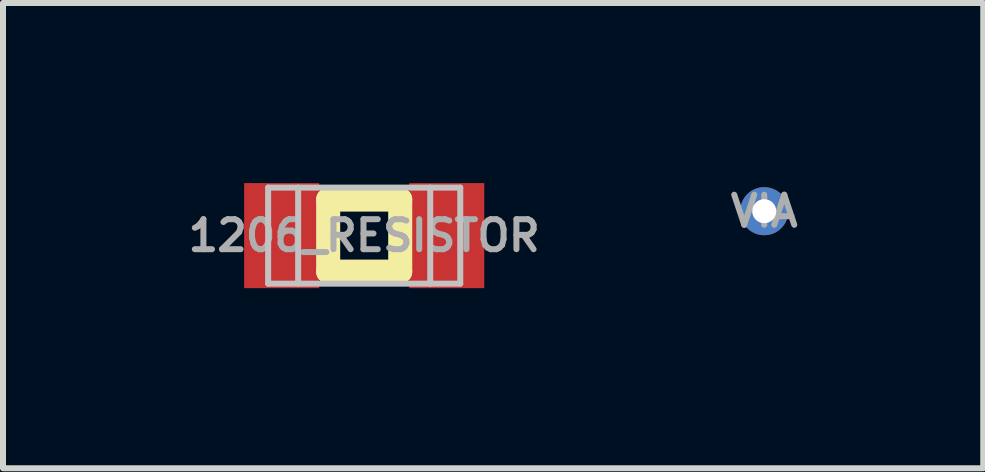
<source format=kicad_pcb>
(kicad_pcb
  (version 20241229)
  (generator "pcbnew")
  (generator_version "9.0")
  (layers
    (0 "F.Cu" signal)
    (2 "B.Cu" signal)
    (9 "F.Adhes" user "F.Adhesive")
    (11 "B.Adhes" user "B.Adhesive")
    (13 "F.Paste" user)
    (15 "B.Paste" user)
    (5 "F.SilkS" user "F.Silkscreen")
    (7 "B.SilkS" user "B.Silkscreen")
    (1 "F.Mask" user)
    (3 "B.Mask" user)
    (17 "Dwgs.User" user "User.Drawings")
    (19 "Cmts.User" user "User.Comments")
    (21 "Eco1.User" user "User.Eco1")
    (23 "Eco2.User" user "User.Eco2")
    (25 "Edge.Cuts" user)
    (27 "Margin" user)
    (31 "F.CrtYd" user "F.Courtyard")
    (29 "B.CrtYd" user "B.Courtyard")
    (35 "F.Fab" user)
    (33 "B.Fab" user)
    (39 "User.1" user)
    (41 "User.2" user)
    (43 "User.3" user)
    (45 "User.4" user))
  (footprint "1206_RESISTOR"
    (layer "F.Cu")
    (at 3.017 0.875)
    (property "Reference" "1206_RESISTOR" (at 0 0 0) (layer "F.Fab") (effects (font (size 0.5 0.5) (thickness 0.1))))
    (attr smd)
    (fp_line (start -0.6 -0.6) (end -0.6 0.6) (stroke (width 0.4) (type solid)) (layer "F.SilkS"))
    (fp_line (start -0.6 -0.6) (end 0.6 -0.6) (stroke (width 0.4) (type solid)) (layer "F.SilkS"))
    (fp_line (start -0.6 0.6) (end 0.6 0.6) (stroke (width 0.4) (type solid)) (layer "F.SilkS"))
    (fp_line (start 0.6 -0.6) (end 0.6 0.6) (stroke (width 0.4) (type solid)) (layer "F.SilkS"))
    (fp_line (start -1.6 -0.8) (end 1.6 -0.8) (stroke (width 0.1) (type solid)) (layer "Dwgs.User"))
    (fp_line (start -1.6 0.8) (end -1.6 -0.8) (stroke (width 0.1) (type solid)) (layer "Dwgs.User"))
    (fp_line (start -1.6 0.8) (end 1.6 0.8) (stroke (width 0.1) (type solid)) (layer "Dwgs.User"))
    (fp_line (start -1.1 0.8) (end -1.1 -0.8) (stroke (width 0.1) (type solid)) (layer "Dwgs.User"))
    (fp_line (start 1.1 0.8) (end 1.1 -0.8) (stroke (width 0.1) (type solid)) (layer "Dwgs.User"))
    (fp_line (start 1.6 0.8) (end 1.6 -0.8) (stroke (width 0.1) (type solid)) (layer "Dwgs.User"))
    (pad "1" smd rect (at -1.375 0) (size 1.25 1.75) (layers "F.Cu" "F.Mask" "F.Paste"))
    (pad "2" smd rect (at 1.375 0) (size 1.25 1.75) (layers "F.Cu" "F.Mask" "F.Paste")))
  (footprint "VIA"
    (layer "F.Cu")
    (at 9.681 0.468)
    (property "Reference" "VIA" (at 0 0 0) (layer "F.Fab") (effects (font (size 0.5 0.5) (thickness 0.1))))
    (attr exclude_from_pos_files exclude_from_bom)
    (pad "" thru_hole circle (at 0 0) (size 0.8 0.8) (drill 0.4) (layers "*.Cu")))
  (gr_rect
    (start -3 -3)
    (end 13.329 4.75)
    (stroke (width 0.1) (type default))
    (fill no)
    (layer "Edge.Cuts")))
</source>
